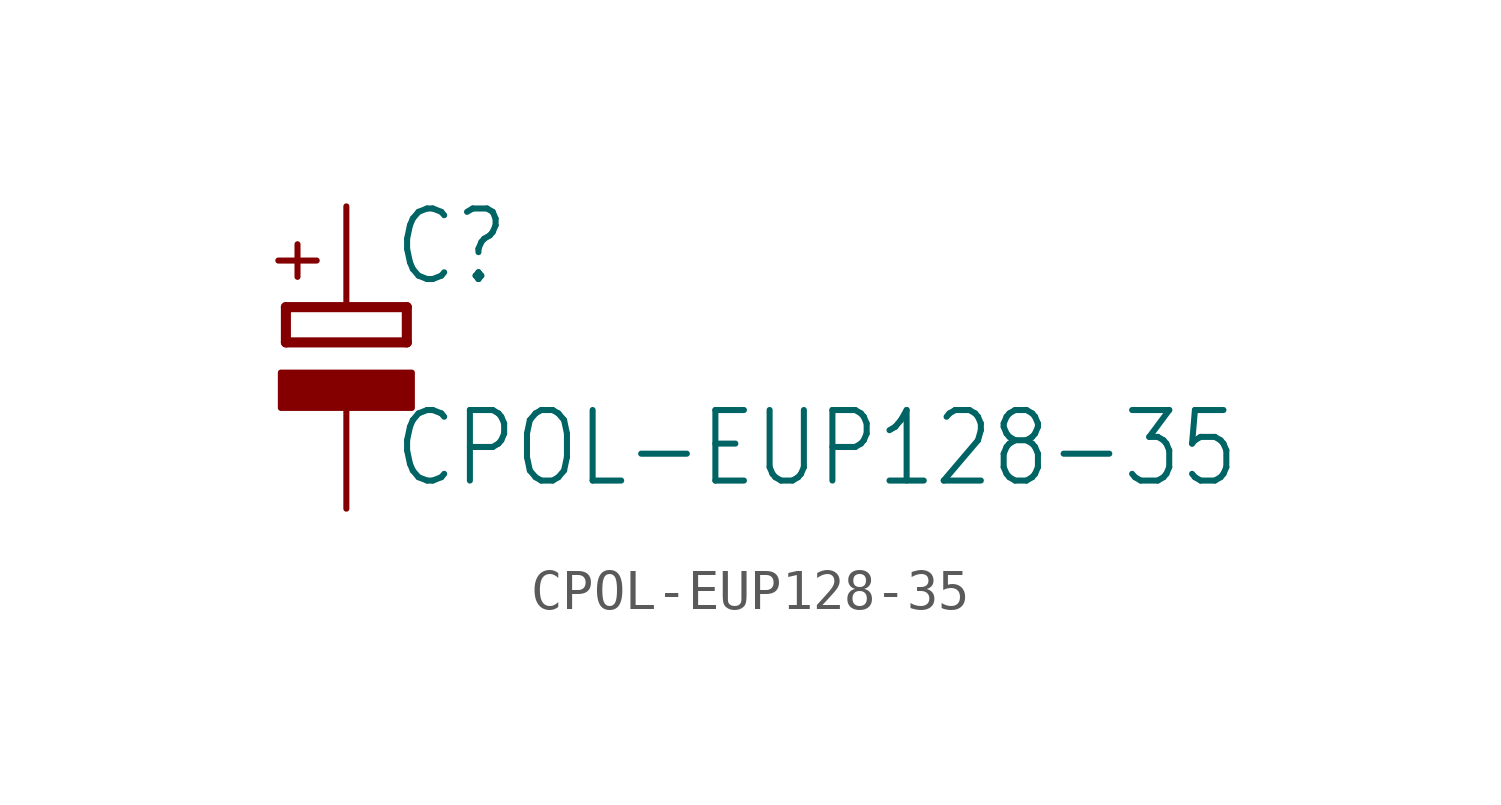
<source format=kicad_sym>
(kicad_symbol_lib
  (version 20210619)
  (generator kicad_symbol_editor)
  (symbol "CPOL-EUP128-35"
    (property "Reference" "C"
      (at 1.143 0.483 0)
      (effects (font (size 1.778 1.511)) (justify left bottom)))
    (property "Value" "CPOL-EUP128-35"
      (at 1.143 -4.597 0)
      (effects (font (size 1.778 1.511)) (justify left bottom)))
    (property "ki_locked" ""
      (at 0 0 0)
      (effects (font (size 1.27 1.27))))
    (symbol "CPOL-EUP128-35_1_0"
      (text "+" (at -0.584 0.406 900) (effects (font (size 1.27 1.079)) (justify left bottom)))
      (rectangle (start -1.651 -2.54) (end 1.651 -1.651) (stroke (width 0)) (fill (type outline)))
      (polyline (pts (xy -1.524 -0.889) (xy 1.524 -0.889)) (stroke (width 0.254)) (fill (type none)))
      (polyline (pts (xy -1.524 0) (xy -1.524 -0.889)) (stroke (width 0.254)) (fill (type none)))
      (polyline (pts (xy -1.524 0) (xy 1.524 0)) (stroke (width 0.254)) (fill (type none)))
      (polyline (pts (xy 1.524 -0.889) (xy 1.524 0)) (stroke (width 0.254)) (fill (type none)))
      (pin passive line (at 0 2.54 270) (length 2.54) (name "+" (effects (font (size 0 0)))) (number "+" (effects (font (size 0 0)))))
      (pin passive line (at 0 -5.08 90) (length 2.54) (name "-" (effects (font (size 0 0)))) (number "-" (effects (font (size 0 0))))))))
</source>
